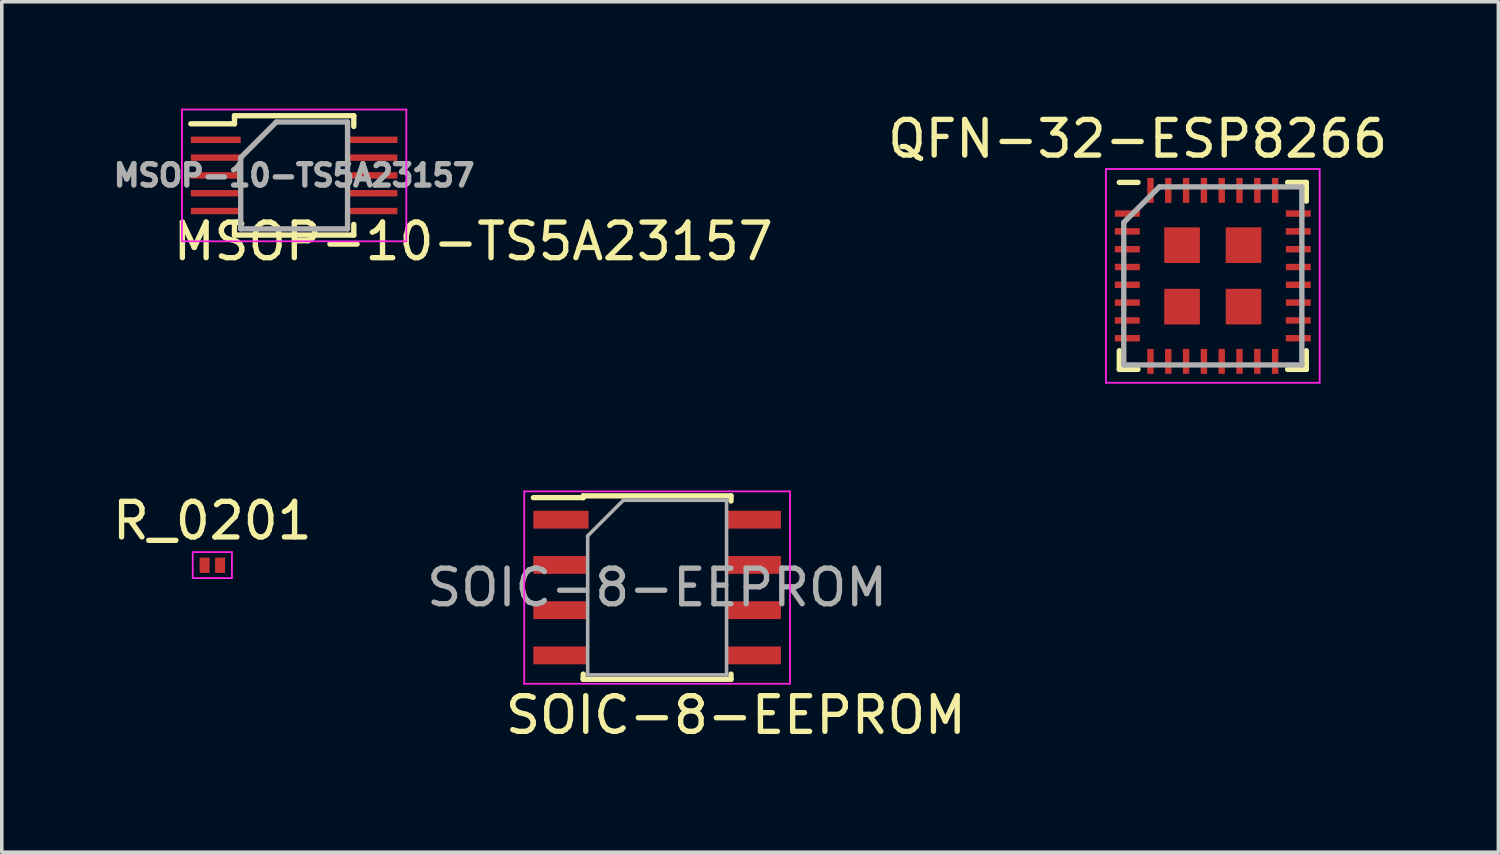
<source format=kicad_pcb>
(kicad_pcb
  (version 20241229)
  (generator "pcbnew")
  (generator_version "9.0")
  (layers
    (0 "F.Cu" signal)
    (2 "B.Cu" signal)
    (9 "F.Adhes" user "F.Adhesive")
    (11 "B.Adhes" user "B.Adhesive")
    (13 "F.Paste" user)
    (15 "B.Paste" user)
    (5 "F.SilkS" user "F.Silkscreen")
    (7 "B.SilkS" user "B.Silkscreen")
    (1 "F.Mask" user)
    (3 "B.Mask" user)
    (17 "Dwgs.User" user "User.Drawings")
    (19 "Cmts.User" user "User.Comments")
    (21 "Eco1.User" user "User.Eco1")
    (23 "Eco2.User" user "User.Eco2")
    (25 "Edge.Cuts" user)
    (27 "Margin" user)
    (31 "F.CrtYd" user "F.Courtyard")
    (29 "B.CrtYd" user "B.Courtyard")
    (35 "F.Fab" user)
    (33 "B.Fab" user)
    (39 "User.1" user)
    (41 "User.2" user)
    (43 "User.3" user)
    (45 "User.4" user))
  (footprint "QFN-32-ESP8266"
    (layer "F.Cu")
    (at 31 4.696)
    (property "Reference" "QFN-32-ESP8266" (at -2.108 -3.848 0) (layer "F.SilkS") (effects (font (size 1 1) (thickness 0.15))))
    (attr smd)
    (fp_line (start -2.625 -2.625) (end -2.1 -2.625) (stroke (width 0.15) (type solid)) (layer "F.SilkS"))
    (fp_line (start -2.625 2.625) (end -2.625 2.1) (stroke (width 0.15) (type solid)) (layer "F.SilkS"))
    (fp_line (start -2.625 2.625) (end -2.1 2.625) (stroke (width 0.15) (type solid)) (layer "F.SilkS"))
    (fp_line (start 2.625 -2.625) (end 2.1 -2.625) (stroke (width 0.15) (type solid)) (layer "F.SilkS"))
    (fp_line (start 2.625 -2.625) (end 2.625 -2.1) (stroke (width 0.15) (type solid)) (layer "F.SilkS"))
    (fp_line (start 2.625 2.625) (end 2.1 2.625) (stroke (width 0.15) (type solid)) (layer "F.SilkS"))
    (fp_line (start 2.625 2.625) (end 2.625 2.1) (stroke (width 0.15) (type solid)) (layer "F.SilkS"))
    (fp_line (start -3 -3) (end -3 3) (stroke (width 0.05) (type solid)) (layer "F.CrtYd"))
    (fp_line (start -3 -3) (end 3 -3) (stroke (width 0.05) (type solid)) (layer "F.CrtYd"))
    (fp_line (start -3 3) (end 3 3) (stroke (width 0.05) (type solid)) (layer "F.CrtYd"))
    (fp_line (start 3 -3) (end 3 3) (stroke (width 0.05) (type solid)) (layer "F.CrtYd"))
    (fp_line (start -2.5 -1.5) (end -1.5 -2.5) (stroke (width 0.15) (type solid)) (layer "F.Fab"))
    (fp_line (start -2.5 2.5) (end -2.5 -1.5) (stroke (width 0.15) (type solid)) (layer "F.Fab"))
    (fp_line (start -1.5 -2.5) (end 2.5 -2.5) (stroke (width 0.15) (type solid)) (layer "F.Fab"))
    (fp_line (start 2.5 -2.5) (end 2.5 2.5) (stroke (width 0.15) (type solid)) (layer "F.Fab"))
    (fp_line (start 2.5 2.5) (end -2.5 2.5) (stroke (width 0.15) (type solid)) (layer "F.Fab"))
    (pad "1" smd rect (at -2.4 -1.75) (size 0.7 0.18) (layers "F.Cu" "F.Mask" "F.Paste"))
    (pad "2" smd rect (at -2.4 -1.25) (size 0.7 0.18) (layers "F.Cu" "F.Mask" "F.Paste"))
    (pad "3" smd rect (at -2.4 -0.75) (size 0.7 0.18) (layers "F.Cu" "F.Mask" "F.Paste"))
    (pad "4" smd rect (at -2.4 -0.25) (size 0.7 0.18) (layers "F.Cu" "F.Mask" "F.Paste"))
    (pad "5" smd rect (at -2.4 0.25) (size 0.7 0.18) (layers "F.Cu" "F.Mask" "F.Paste"))
    (pad "6" smd rect (at -2.4 0.75) (size 0.7 0.18) (layers "F.Cu" "F.Mask" "F.Paste"))
    (pad "7" smd rect (at -2.4 1.25) (size 0.7 0.18) (layers "F.Cu" "F.Mask" "F.Paste"))
    (pad "8" smd rect (at -2.4 1.75) (size 0.7 0.18) (layers "F.Cu" "F.Mask" "F.Paste"))
    (pad "9" smd rect (at -1.75 2.4 90) (size 0.7 0.18) (layers "F.Cu" "F.Mask" "F.Paste"))
    (pad "10" smd rect (at -1.25 2.4 90) (size 0.7 0.18) (layers "F.Cu" "F.Mask" "F.Paste"))
    (pad "11" smd rect (at -0.75 2.4 90) (size 0.7 0.18) (layers "F.Cu" "F.Mask" "F.Paste"))
    (pad "12" smd rect (at -0.25 2.4 90) (size 0.7 0.18) (layers "F.Cu" "F.Mask" "F.Paste"))
    (pad "13" smd rect (at 0.25 2.4 90) (size 0.7 0.18) (layers "F.Cu" "F.Mask" "F.Paste"))
    (pad "14" smd rect (at 0.75 2.4 90) (size 0.7 0.18) (layers "F.Cu" "F.Mask" "F.Paste"))
    (pad "15" smd rect (at 1.25 2.4 90) (size 0.7 0.18) (layers "F.Cu" "F.Mask" "F.Paste"))
    (pad "16" smd rect (at 1.75 2.4 90) (size 0.7 0.18) (layers "F.Cu" "F.Mask" "F.Paste"))
    (pad "17" smd rect (at 2.4 1.75) (size 0.7 0.18) (layers "F.Cu" "F.Mask" "F.Paste"))
    (pad "18" smd rect (at 2.4 1.25) (size 0.7 0.18) (layers "F.Cu" "F.Mask" "F.Paste"))
    (pad "19" smd rect (at 2.4 0.75) (size 0.7 0.18) (layers "F.Cu" "F.Mask" "F.Paste"))
    (pad "20" smd rect (at 2.4 0.25) (size 0.7 0.18) (layers "F.Cu" "F.Mask" "F.Paste"))
    (pad "21" smd rect (at 2.4 -0.25) (size 0.7 0.18) (layers "F.Cu" "F.Mask" "F.Paste"))
    (pad "22" smd rect (at 2.4 -0.75) (size 0.7 0.18) (layers "F.Cu" "F.Mask" "F.Paste"))
    (pad "23" smd rect (at 2.4 -1.25) (size 0.7 0.18) (layers "F.Cu" "F.Mask" "F.Paste"))
    (pad "24" smd rect (at 2.4 -1.75) (size 0.7 0.18) (layers "F.Cu" "F.Mask" "F.Paste"))
    (pad "25" smd rect (at 1.75 -2.4 90) (size 0.7 0.18) (layers "F.Cu" "F.Mask" "F.Paste"))
    (pad "26" smd rect (at 1.25 -2.4 90) (size 0.7 0.18) (layers "F.Cu" "F.Mask" "F.Paste"))
    (pad "27" smd rect (at 0.75 -2.4 90) (size 0.7 0.18) (layers "F.Cu" "F.Mask" "F.Paste"))
    (pad "28" smd rect (at 0.25 -2.4 90) (size 0.7 0.18) (layers "F.Cu" "F.Mask" "F.Paste"))
    (pad "29" smd rect (at -0.25 -2.4 90) (size 0.7 0.18) (layers "F.Cu" "F.Mask" "F.Paste"))
    (pad "30" smd rect (at -0.75 -2.4 90) (size 0.7 0.18) (layers "F.Cu" "F.Mask" "F.Paste"))
    (pad "31" smd rect (at -1.25 -2.4 90) (size 0.7 0.18) (layers "F.Cu" "F.Mask" "F.Paste"))
    (pad "32" smd rect (at -1.75 -2.4 90) (size 0.7 0.18) (layers "F.Cu" "F.Mask" "F.Paste"))
    (pad "33" smd rect (at -0.863 -0.863) (size 1 1) (layers "F.Cu" "F.Mask" "F.Paste"))
    (pad "33" smd rect (at -0.863 0.863) (size 1 1) (layers "F.Cu" "F.Mask" "F.Paste"))
    (pad "33" smd rect (at 0.863 -0.863) (size 1 1) (layers "F.Cu" "F.Mask" "F.Paste"))
    (pad "33" smd rect (at 0.863 0.863) (size 1 1) (layers "F.Cu" "F.Mask" "F.Paste")))
  (footprint "SOIC-8-EEPROM"
    (layer "F.Cu")
    (at 15.399 13.446)
    (property "Reference" "SOIC-8-EEPROM" (at 2.21 3.581 0) (layer "F.SilkS") (effects (font (size 1 1) (thickness 0.15))))
    (attr smd)
    (fp_line (start -2.075 -2.575) (end -2.075 -2.525) (stroke (width 0.15) (type solid)) (layer "F.SilkS"))
    (fp_line (start -2.075 -2.575) (end 2.075 -2.575) (stroke (width 0.15) (type solid)) (layer "F.SilkS"))
    (fp_line (start -2.075 -2.525) (end -3.475 -2.525) (stroke (width 0.15) (type solid)) (layer "F.SilkS"))
    (fp_line (start -2.075 2.575) (end -2.075 2.43) (stroke (width 0.15) (type solid)) (layer "F.SilkS"))
    (fp_line (start -2.075 2.575) (end 2.075 2.575) (stroke (width 0.15) (type solid)) (layer "F.SilkS"))
    (fp_line (start 2.075 -2.575) (end 2.075 -2.43) (stroke (width 0.15) (type solid)) (layer "F.SilkS"))
    (fp_line (start 2.075 2.575) (end 2.075 2.43) (stroke (width 0.15) (type solid)) (layer "F.SilkS"))
    (fp_line (start -3.73 -2.7) (end -3.73 2.7) (stroke (width 0.05) (type solid)) (layer "F.CrtYd"))
    (fp_line (start -3.73 -2.7) (end 3.73 -2.7) (stroke (width 0.05) (type solid)) (layer "F.CrtYd"))
    (fp_line (start -3.73 2.7) (end 3.73 2.7) (stroke (width 0.05) (type solid)) (layer "F.CrtYd"))
    (fp_line (start 3.73 -2.7) (end 3.73 2.7) (stroke (width 0.05) (type solid)) (layer "F.CrtYd"))
    (fp_line (start -1.95 -1.45) (end -0.95 -2.45) (stroke (width 0.1) (type solid)) (layer "F.Fab"))
    (fp_line (start -1.95 2.45) (end -1.95 -1.45) (stroke (width 0.1) (type solid)) (layer "F.Fab"))
    (fp_line (start -0.95 -2.45) (end 1.95 -2.45) (stroke (width 0.1) (type solid)) (layer "F.Fab"))
    (fp_line (start 1.95 -2.45) (end 1.95 2.45) (stroke (width 0.1) (type solid)) (layer "F.Fab"))
    (fp_line (start 1.95 2.45) (end -1.95 2.45) (stroke (width 0.1) (type solid)) (layer "F.Fab"))
    (fp_text user "${REFERENCE}" (at 0 0 0) (layer "F.Fab") (effects (font (size 1 1) (thickness 0.15))))
    (pad "1" smd rect (at -2.7 -1.905) (size 1.55 0.5) (layers "F.Cu" "F.Mask" "F.Paste"))
    (pad "2" smd rect (at -2.7 -0.635) (size 1.55 0.5) (layers "F.Cu" "F.Mask" "F.Paste"))
    (pad "3" smd rect (at -2.7 0.635) (size 1.55 0.5) (layers "F.Cu" "F.Mask" "F.Paste"))
    (pad "4" smd rect (at -2.7 1.905) (size 1.55 0.5) (layers "F.Cu" "F.Mask" "F.Paste"))
    (pad "5" smd rect (at 2.7 1.905) (size 1.55 0.5) (layers "F.Cu" "F.Mask" "F.Paste"))
    (pad "6" smd rect (at 2.7 0.635) (size 1.55 0.5) (layers "F.Cu" "F.Mask" "F.Paste"))
    (pad "7" smd rect (at 2.7 -0.635) (size 1.55 0.5) (layers "F.Cu" "F.Mask" "F.Paste"))
    (pad "8" smd rect (at 2.7 -1.905) (size 1.55 0.5) (layers "F.Cu" "F.Mask" "F.Paste")))
  (footprint "MSOP-10-TS5A23157"
    (layer "F.Cu")
    (at 5.208 1.875)
    (property "Reference" "MSOP-10-TS5A23157" (at 5.029 1.854 0) (layer "F.SilkS") (effects (font (size 1 1) (thickness 0.15))))
    (attr smd)
    (fp_line (start -1.675 -1.675) (end -1.675 -1.45) (stroke (width 0.15) (type solid)) (layer "F.SilkS"))
    (fp_line (start -1.675 -1.675) (end 1.675 -1.675) (stroke (width 0.15) (type solid)) (layer "F.SilkS"))
    (fp_line (start -1.675 -1.45) (end -2.9 -1.45) (stroke (width 0.15) (type solid)) (layer "F.SilkS"))
    (fp_line (start -1.675 1.675) (end -1.675 1.375) (stroke (width 0.15) (type solid)) (layer "F.SilkS"))
    (fp_line (start -1.675 1.675) (end 1.675 1.675) (stroke (width 0.15) (type solid)) (layer "F.SilkS"))
    (fp_line (start 1.675 -1.675) (end 1.675 -1.375) (stroke (width 0.15) (type solid)) (layer "F.SilkS"))
    (fp_line (start 1.675 1.675) (end 1.675 1.375) (stroke (width 0.15) (type solid)) (layer "F.SilkS"))
    (fp_line (start -3.15 -1.85) (end -3.15 1.85) (stroke (width 0.05) (type solid)) (layer "F.CrtYd"))
    (fp_line (start -3.15 -1.85) (end 3.15 -1.85) (stroke (width 0.05) (type solid)) (layer "F.CrtYd"))
    (fp_line (start -3.15 1.85) (end 3.15 1.85) (stroke (width 0.05) (type solid)) (layer "F.CrtYd"))
    (fp_line (start 3.15 -1.85) (end 3.15 1.85) (stroke (width 0.05) (type solid)) (layer "F.CrtYd"))
    (fp_line (start -1.5 -0.5) (end -0.5 -1.5) (stroke (width 0.15) (type solid)) (layer "F.Fab"))
    (fp_line (start -1.5 1.5) (end -1.5 -0.5) (stroke (width 0.15) (type solid)) (layer "F.Fab"))
    (fp_line (start -0.5 -1.5) (end 1.5 -1.5) (stroke (width 0.15) (type solid)) (layer "F.Fab"))
    (fp_line (start 1.5 -1.5) (end 1.5 1.5) (stroke (width 0.15) (type solid)) (layer "F.Fab"))
    (fp_line (start 1.5 1.5) (end -1.5 1.5) (stroke (width 0.15) (type solid)) (layer "F.Fab"))
    (fp_text user "${REFERENCE}" (at 0 0 0) (layer "F.Fab") (effects (font (size 0.6 0.6) (thickness 0.15))))
    (pad "1" smd rect (at -2.2 -1) (size 1.4 0.18) (layers "F.Cu" "F.Mask" "F.Paste"))
    (pad "2" smd rect (at -2.2 -0.5) (size 1.4 0.18) (layers "F.Cu" "F.Mask" "F.Paste"))
    (pad "3" smd rect (at -2.2 0) (size 1.4 0.18) (layers "F.Cu" "F.Mask" "F.Paste"))
    (pad "4" smd rect (at -2.2 0.5) (size 1.4 0.18) (layers "F.Cu" "F.Mask" "F.Paste"))
    (pad "5" smd rect (at -2.2 1) (size 1.4 0.18) (layers "F.Cu" "F.Mask" "F.Paste"))
    (pad "6" smd rect (at 2.2 1) (size 1.4 0.18) (layers "F.Cu" "F.Mask" "F.Paste"))
    (pad "7" smd rect (at 2.2 0.5) (size 1.4 0.18) (layers "F.Cu" "F.Mask" "F.Paste"))
    (pad "8" smd rect (at 2.2 0) (size 1.4 0.18) (layers "F.Cu" "F.Mask" "F.Paste"))
    (pad "9" smd rect (at 2.2 -0.5) (size 1.4 0.18) (layers "F.Cu" "F.Mask" "F.Paste"))
    (pad "10" smd rect (at 2.2 -1) (size 1.4 0.18) (layers "F.Cu" "F.Mask" "F.Paste")))
  (footprint "R_0201"
    (layer "F.Cu")
    (at 2.911 12.82)
    (property "Reference" "R_0201" (at 0 -1.25 0) (layer "F.SilkS") (effects (font (size 1 1) (thickness 0.15))))
    (attr smd)
    (fp_line (start -0.55 -0.37) (end -0.55 0.36) (stroke (width 0.05) (type solid)) (layer "F.CrtYd"))
    (fp_line (start -0.55 -0.37) (end 0.55 -0.37) (stroke (width 0.05) (type solid)) (layer "F.CrtYd"))
    (fp_line (start 0.55 0.36) (end -0.55 0.36) (stroke (width 0.05) (type solid)) (layer "F.CrtYd"))
    (fp_line (start 0.55 0.36) (end 0.55 -0.37) (stroke (width 0.05) (type solid)) (layer "F.CrtYd"))
    (pad "1" smd rect (at -0.217 0) (size 0.28 0.43) (layers "F.Cu" "F.Mask" "F.Paste"))
    (pad "2" smd rect (at 0.217 0) (size 0.28 0.43) (layers "F.Cu" "F.Mask" "F.Paste")))
  (gr_rect
    (start -3 -3)
    (end 39.017 20.876)
    (stroke (width 0.1) (type default))
    (fill no)
    (layer "Edge.Cuts")))
</source>
